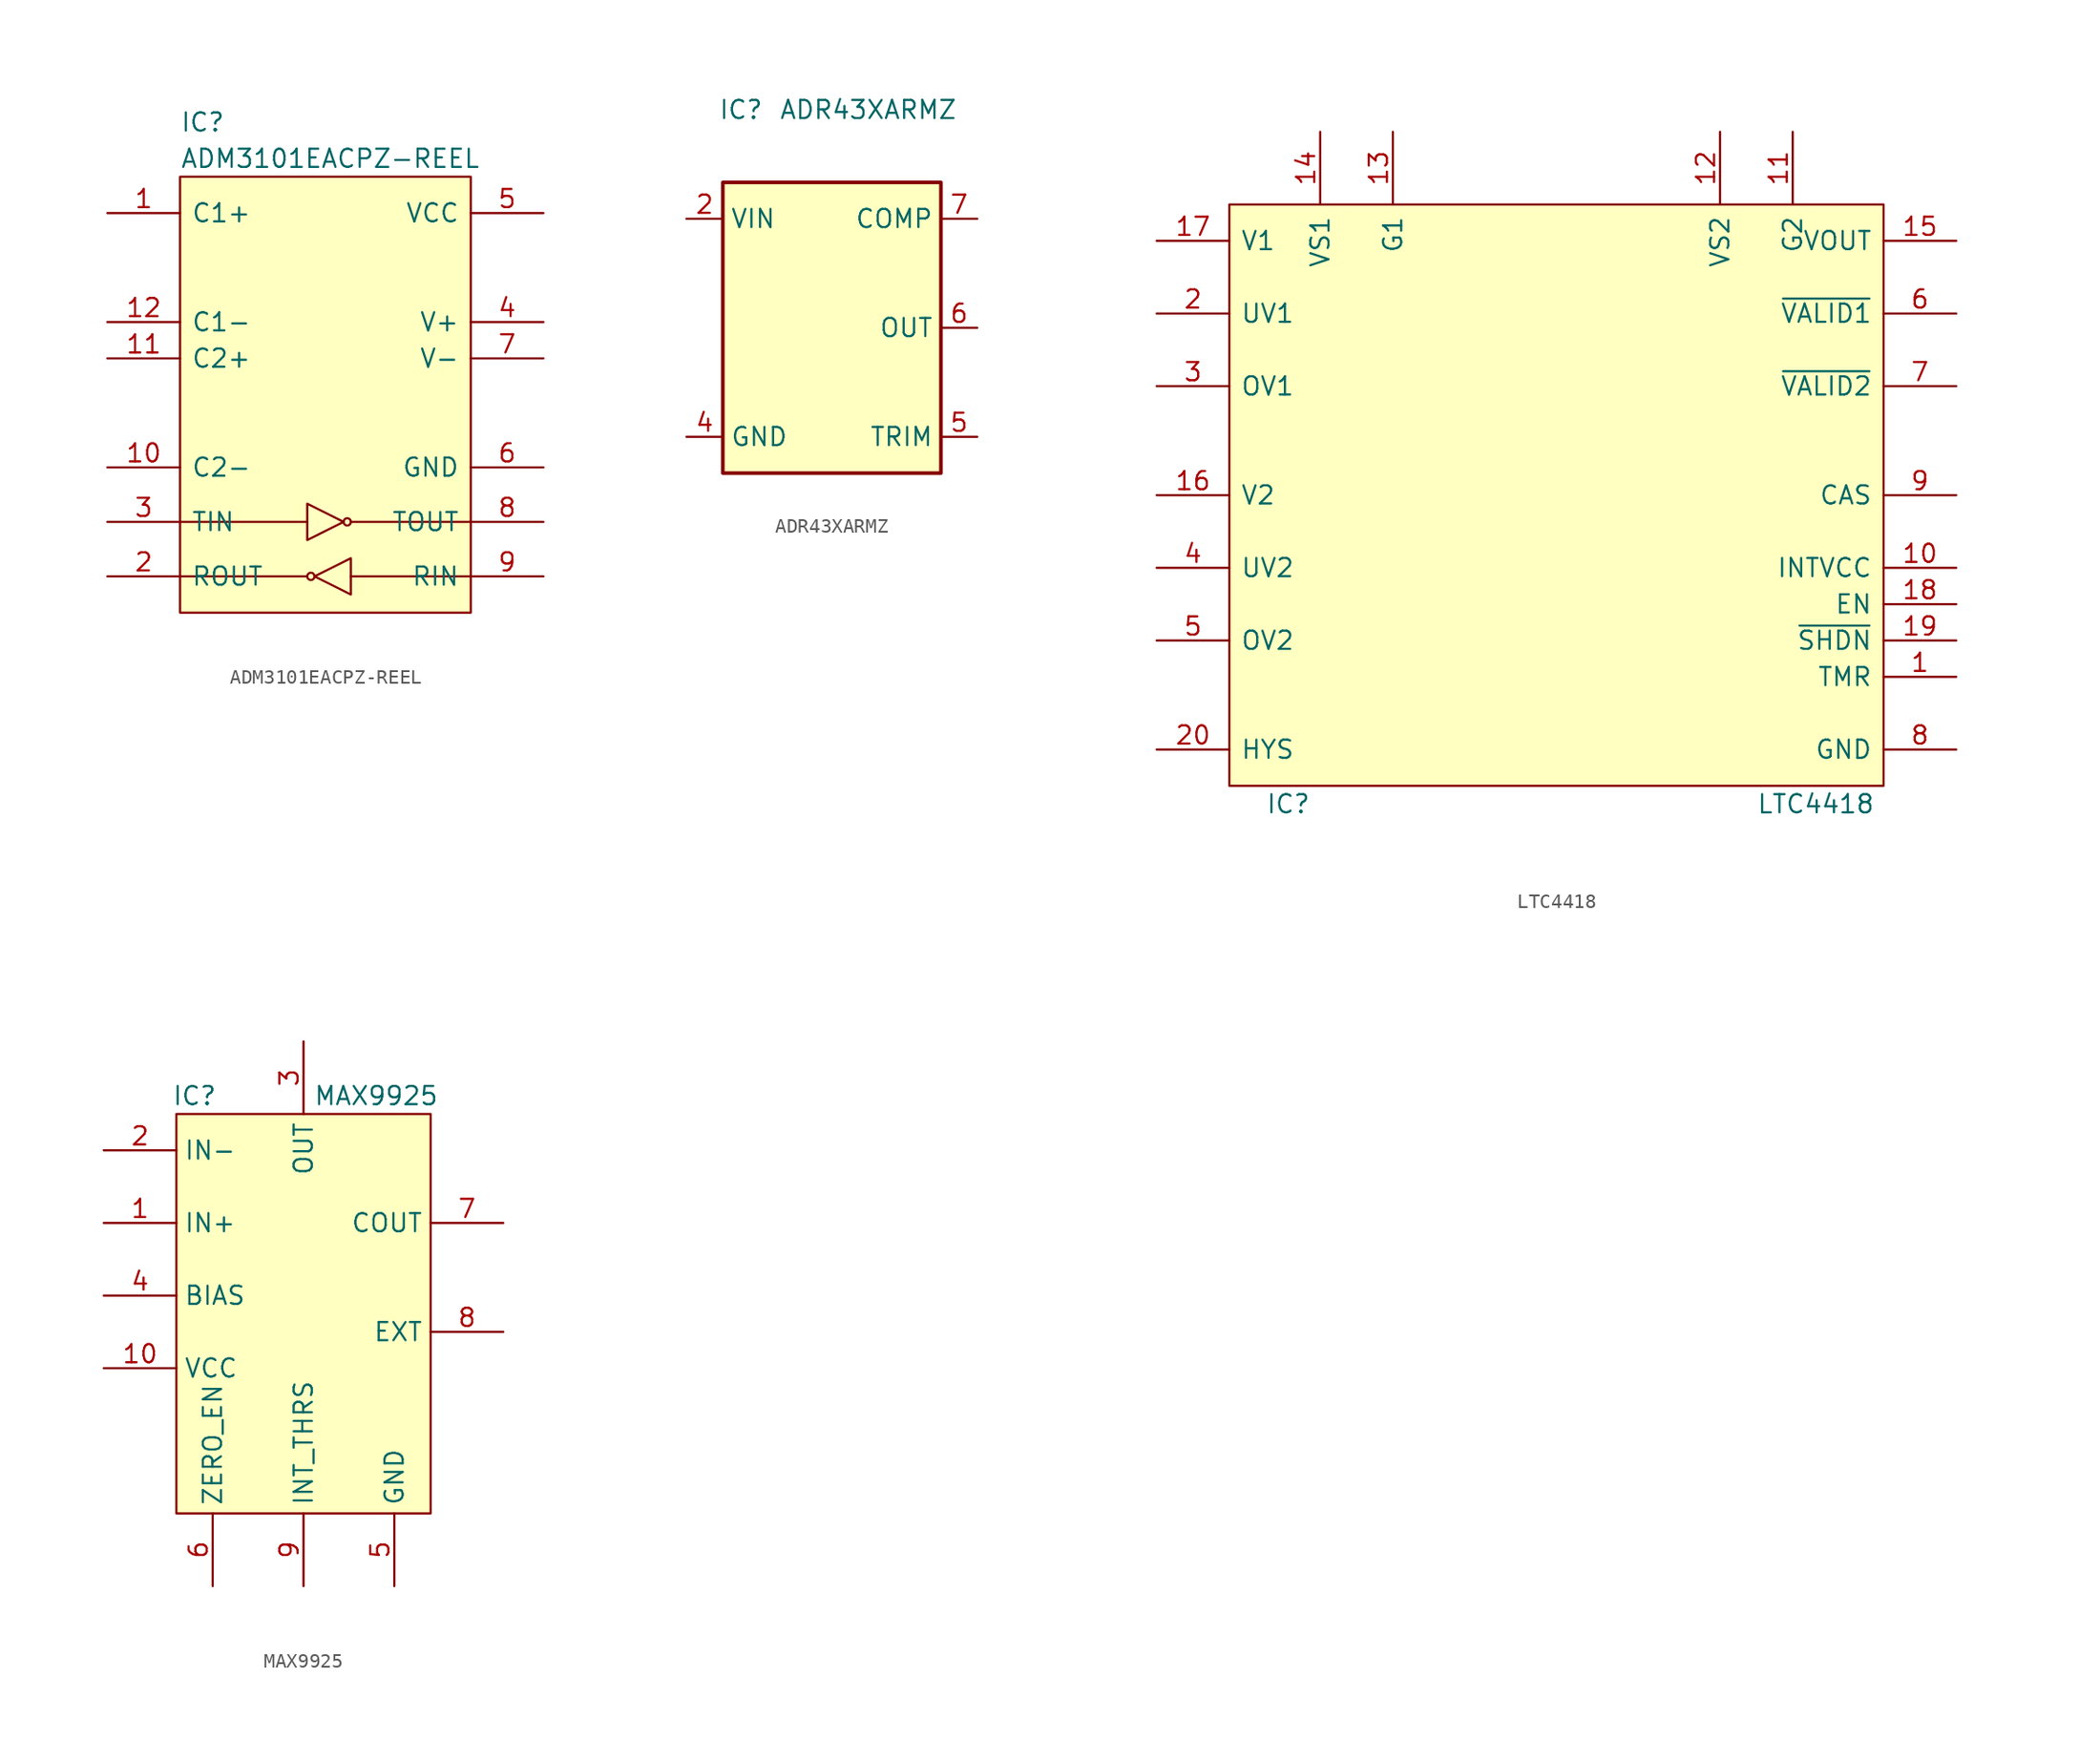
<source format=kicad_sym>
(kicad_symbol_lib
  (version 20220914)
  (generator kicad_symbol_editor)
  (symbol "ADM3101EACPZ-REEL"
    (pin_names
      (offset 0.762))
    (property "Reference" "IC"
      (at -10.16 19.05 0)
      (effects (font (size 1.27 1.27)) (justify left)))
    (property "Value" "ADM3101EACPZ-REEL"
      (at -10.16 16.51 0)
      (effects (font (size 1.27 1.27)) (justify left)))
    (symbol "ADM3101EACPZ-REEL_0_1"
      (circle (center -1.016 -12.7) (radius 0.254) (stroke (width 0) (type default)) (fill (type none)))
      (polyline (pts (xy -1.27 -12.7) (xy -10.16 -12.7)) (stroke (width 0) (type default)) (fill (type none)))
      (polyline (pts (xy -1.27 -8.89) (xy -10.16 -8.89)) (stroke (width 0) (type default)) (fill (type none)))
      (polyline (pts (xy 1.778 -12.7) (xy 10.16 -12.7)) (stroke (width 0) (type default)) (fill (type none)))
      (polyline (pts (xy 1.778 -8.89) (xy 10.16 -8.89)) (stroke (width 0) (type default)) (fill (type none)))
      (polyline (pts (xy -0.762 -12.7) (xy 1.778 -11.43) (xy 1.778 -13.97) (xy -0.762 -12.7)) (stroke (width 0) (type default)) (fill (type none)))
      (polyline (pts (xy 1.27 -8.89) (xy -1.27 -10.16) (xy -1.27 -7.62) (xy 1.27 -8.89)) (stroke (width 0) (type default)) (fill (type none)))
      (circle (center 1.524 -8.89) (radius 0.254) (stroke (width 0) (type default)) (fill (type none))))
    (symbol "ADM3101EACPZ-REEL_1_0"
      (pin bidirectional line (at -15.24 12.7 0) (length 5.08) (name "C1+" (effects (font (size 1.27 1.27)))) (number "1" (effects (font (size 1.27 1.27)))))
      (pin bidirectional line (at -15.24 -5.08 0) (length 5.08) (name "C2-" (effects (font (size 1.27 1.27)))) (number "10" (effects (font (size 1.27 1.27)))))
      (pin bidirectional line (at -15.24 2.54 0) (length 5.08) (name "C2+" (effects (font (size 1.27 1.27)))) (number "11" (effects (font (size 1.27 1.27)))))
      (pin bidirectional line (at -15.24 5.08 0) (length 5.08) (name "C1-" (effects (font (size 1.27 1.27)))) (number "12" (effects (font (size 1.27 1.27)))))
      (pin passive line (at 15.24 -5.08 180) (length 5.08) hide (name "GND" (effects (font (size 1.27 1.27)))) (number "13" (effects (font (size 1.27 1.27)))))
      (pin output line (at -15.24 -12.7 0) (length 5.08) (name "ROUT" (effects (font (size 1.27 1.27)))) (number "2" (effects (font (size 1.27 1.27)))))
      (pin input line (at -15.24 -8.89 0) (length 5.08) (name "TIN" (effects (font (size 1.27 1.27)))) (number "3" (effects (font (size 1.27 1.27)))))
      (pin bidirectional line (at 15.24 5.08 180) (length 5.08) (name "V+" (effects (font (size 1.27 1.27)))) (number "4" (effects (font (size 1.27 1.27)))))
      (pin passive line (at 15.24 12.7 180) (length 5.08) (name "VCC" (effects (font (size 1.27 1.27)))) (number "5" (effects (font (size 1.27 1.27)))))
      (pin passive line (at 15.24 -5.08 180) (length 5.08) (name "GND" (effects (font (size 1.27 1.27)))) (number "6" (effects (font (size 1.27 1.27)))))
      (pin bidirectional line (at 15.24 2.54 180) (length 5.08) (name "V-" (effects (font (size 1.27 1.27)))) (number "7" (effects (font (size 1.27 1.27)))))
      (pin output line (at 15.24 -8.89 180) (length 5.08) (name "TOUT" (effects (font (size 1.27 1.27)))) (number "8" (effects (font (size 1.27 1.27)))))
      (pin input line (at 15.24 -12.7 180) (length 5.08) (name "RIN" (effects (font (size 1.27 1.27)))) (number "9" (effects (font (size 1.27 1.27))))))
    (symbol "ADM3101EACPZ-REEL_1_1"
      (rectangle (start -10.16 15.24) (end 10.16 -15.24) (stroke (width 0) (type default)) (fill (type background)))))
  (symbol "ADR43XARMZ"
    (property "Reference" "IC"
      (at -6.35 15.24 0)
      (effects (font (size 1.27 1.27))))
    (property "Value" "ADR43XARMZ"
      (at 2.54 15.24 0)
      (effects (font (size 1.27 1.27))))
    (symbol "ADR43XARMZ_0_1"
      (rectangle (start -7.62 10.16) (end 7.62 -10.16) (stroke (width 0.254) (type default)) (fill (type background)))
      (pin power_in line (at -10.16 7.62 0) (length 2.54) (name "VIN" (effects (font (size 1.27 1.27)))) (number "2" (effects (font (size 1.27 1.27)))))
      (pin power_in line (at -10.16 -7.62 0) (length 2.54) (name "GND" (effects (font (size 1.27 1.27)))) (number "4" (effects (font (size 1.27 1.27)))))
      (pin passive line (at 10.16 -7.62 180) (length 2.54) (name "TRIM" (effects (font (size 1.27 1.27)))) (number "5" (effects (font (size 1.27 1.27)))))
      (pin output line (at 10.16 0 180) (length 2.54) (name "OUT" (effects (font (size 1.27 1.27)))) (number "6" (effects (font (size 1.27 1.27))))))
    (symbol "ADR43XARMZ_1_1"
      (pin no_connect line (at -7.62 3.81 0) (length 2.54) hide (name "DNC" (effects (font (size 1.27 1.27)))) (number "1" (effects (font (size 1.27 1.27)))))
      (pin no_connect line (at -7.62 -3.81 0) (length 2.54) hide (name "NIC" (effects (font (size 1.27 1.27)))) (number "3" (effects (font (size 1.27 1.27)))))
      (pin input line (at 10.16 7.62 180) (length 2.54) (name "COMP" (effects (font (size 1.27 1.27)))) (number "7" (effects (font (size 1.27 1.27)))))
      (pin no_connect line (at -7.62 0 0) (length 2.54) hide (name "DNC" (effects (font (size 1.27 1.27)))) (number "8" (effects (font (size 1.27 1.27)))))))
  (symbol "LTC4418"
    (pin_names
      (offset 0.762))
    (property "Reference" "IC"
      (at -20.32 -21.59 0)
      (effects (font (size 1.27 1.27)) (justify left)))
    (property "Value" "LTC4418"
      (at 13.97 -21.59 0)
      (effects (font (size 1.27 1.27)) (justify left)))
    (symbol "LTC4418_0_0"
      (pin passive line (at 16.51 25.4 270) (length 5.08) (name "G2" (effects (font (size 1.27 1.27)))) (number "11" (effects (font (size 1.27 1.27)))))
      (pin passive line (at 11.43 25.4 270) (length 5.08) (name "VS2" (effects (font (size 1.27 1.27)))) (number "12" (effects (font (size 1.27 1.27)))))
      (pin passive line (at -11.43 25.4 270) (length 5.08) (name "G1" (effects (font (size 1.27 1.27)))) (number "13" (effects (font (size 1.27 1.27)))))
      (pin passive line (at -16.51 25.4 270) (length 5.08) (name "VS1" (effects (font (size 1.27 1.27)))) (number "14" (effects (font (size 1.27 1.27))))))
    (symbol "LTC4418_1_0"
      (pin input line (at 27.94 -12.7 180) (length 5.08) (name "TMR" (effects (font (size 1.27 1.27)))) (number "1" (effects (font (size 1.27 1.27)))))
      (pin output line (at 27.94 -5.08 180) (length 5.08) (name "INTVCC" (effects (font (size 1.27 1.27)))) (number "10" (effects (font (size 1.27 1.27)))))
      (pin power_in line (at 27.94 17.78 180) (length 5.08) (name "VOUT" (effects (font (size 1.27 1.27)))) (number "15" (effects (font (size 1.27 1.27)))))
      (pin input line (at -27.94 0 0) (length 5.08) (name "V2" (effects (font (size 1.27 1.27)))) (number "16" (effects (font (size 1.27 1.27)))))
      (pin input line (at -27.94 17.78 0) (length 5.08) (name "V1" (effects (font (size 1.27 1.27)))) (number "17" (effects (font (size 1.27 1.27)))))
      (pin power_in line (at 27.94 -7.62 180) (length 5.08) (name "EN" (effects (font (size 1.27 1.27)))) (number "18" (effects (font (size 1.27 1.27)))))
      (pin input line (at 27.94 -10.16 180) (length 5.08) (name "~{SHDN}" (effects (font (size 1.27 1.27)))) (number "19" (effects (font (size 1.27 1.27)))))
      (pin input line (at -27.94 12.7 0) (length 5.08) (name "UV1" (effects (font (size 1.27 1.27)))) (number "2" (effects (font (size 1.27 1.27)))))
      (pin input line (at -27.94 -17.78 0) (length 5.08) (name "HYS" (effects (font (size 1.27 1.27)))) (number "20" (effects (font (size 1.27 1.27)))))
      (pin power_in line (at 27.94 -17.78 180) (length 5.08) hide (name "GND" (effects (font (size 1.27 1.27)))) (number "21" (effects (font (size 1.27 1.27)))))
      (pin input line (at -27.94 7.62 0) (length 5.08) (name "OV1" (effects (font (size 1.27 1.27)))) (number "3" (effects (font (size 1.27 1.27)))))
      (pin input line (at -27.94 -5.08 0) (length 5.08) (name "UV2" (effects (font (size 1.27 1.27)))) (number "4" (effects (font (size 1.27 1.27)))))
      (pin input line (at -27.94 -10.16 0) (length 5.08) (name "OV2" (effects (font (size 1.27 1.27)))) (number "5" (effects (font (size 1.27 1.27)))))
      (pin output line (at 27.94 12.7 180) (length 5.08) (name "~{VALID1}" (effects (font (size 1.27 1.27)))) (number "6" (effects (font (size 1.27 1.27)))))
      (pin output line (at 27.94 7.62 180) (length 5.08) (name "~{VALID2}" (effects (font (size 1.27 1.27)))) (number "7" (effects (font (size 1.27 1.27)))))
      (pin power_in line (at 27.94 -17.78 180) (length 5.08) (name "GND" (effects (font (size 1.27 1.27)))) (number "8" (effects (font (size 1.27 1.27)))))
      (pin output line (at 27.94 0 180) (length 5.08) (name "CAS" (effects (font (size 1.27 1.27)))) (number "9" (effects (font (size 1.27 1.27))))))
    (symbol "LTC4418_1_1"
      (rectangle (start -22.86 20.32) (end 22.86 -20.32) (stroke (width 0) (type default)) (fill (type background)))))
  (symbol "MAX9925"
    (property "Reference" "IC"
      (at -7.62 15.24 0)
      (effects (font (size 1.27 1.27))))
    (property "Value" "MAX9925"
      (at 5.08 15.24 0)
      (effects (font (size 1.27 1.27))))
    (symbol "MAX9925_1_0"
      (pin input line (at -13.97 6.35 0) (length 5.08) (name "IN+" (effects (font (size 1.27 1.27)))) (number "1" (effects (font (size 1.27 1.27)))))
      (pin power_in line (at -13.97 -3.81 0) (length 5.08) (name "VCC" (effects (font (size 1.27 1.27)))) (number "10" (effects (font (size 1.27 1.27)))))
      (pin input line (at -13.97 11.43 0) (length 5.08) (name "IN-" (effects (font (size 1.27 1.27)))) (number "2" (effects (font (size 1.27 1.27)))))
      (pin output line (at 0 19.05 270) (length 5.08) (name "OUT" (effects (font (size 1.27 1.27)))) (number "3" (effects (font (size 1.27 1.27)))))
      (pin input line (at -13.97 1.27 0) (length 5.08) (name "BIAS" (effects (font (size 1.27 1.27)))) (number "4" (effects (font (size 1.27 1.27)))))
      (pin power_in line (at 6.35 -19.05 90) (length 5.08) (name "GND" (effects (font (size 1.27 1.27)))) (number "5" (effects (font (size 1.27 1.27)))))
      (pin input line (at -6.35 -19.05 90) (length 5.08) (name "ZERO_EN" (effects (font (size 1.27 1.27)))) (number "6" (effects (font (size 1.27 1.27)))))
      (pin output line (at 13.97 6.35 180) (length 5.08) (name "COUT" (effects (font (size 1.27 1.27)))) (number "7" (effects (font (size 1.27 1.27)))))
      (pin input line (at 13.97 -1.27 180) (length 5.08) (name "EXT" (effects (font (size 1.27 1.27)))) (number "8" (effects (font (size 1.27 1.27)))))
      (pin input line (at 0 -19.05 90) (length 5.08) (name "INT_THRS" (effects (font (size 1.27 1.27)))) (number "9" (effects (font (size 1.27 1.27))))))
    (symbol "MAX9925_1_1"
      (rectangle (start -8.89 13.97) (end 8.89 -13.97) (stroke (width 0) (type default)) (fill (type background))))))
</source>
